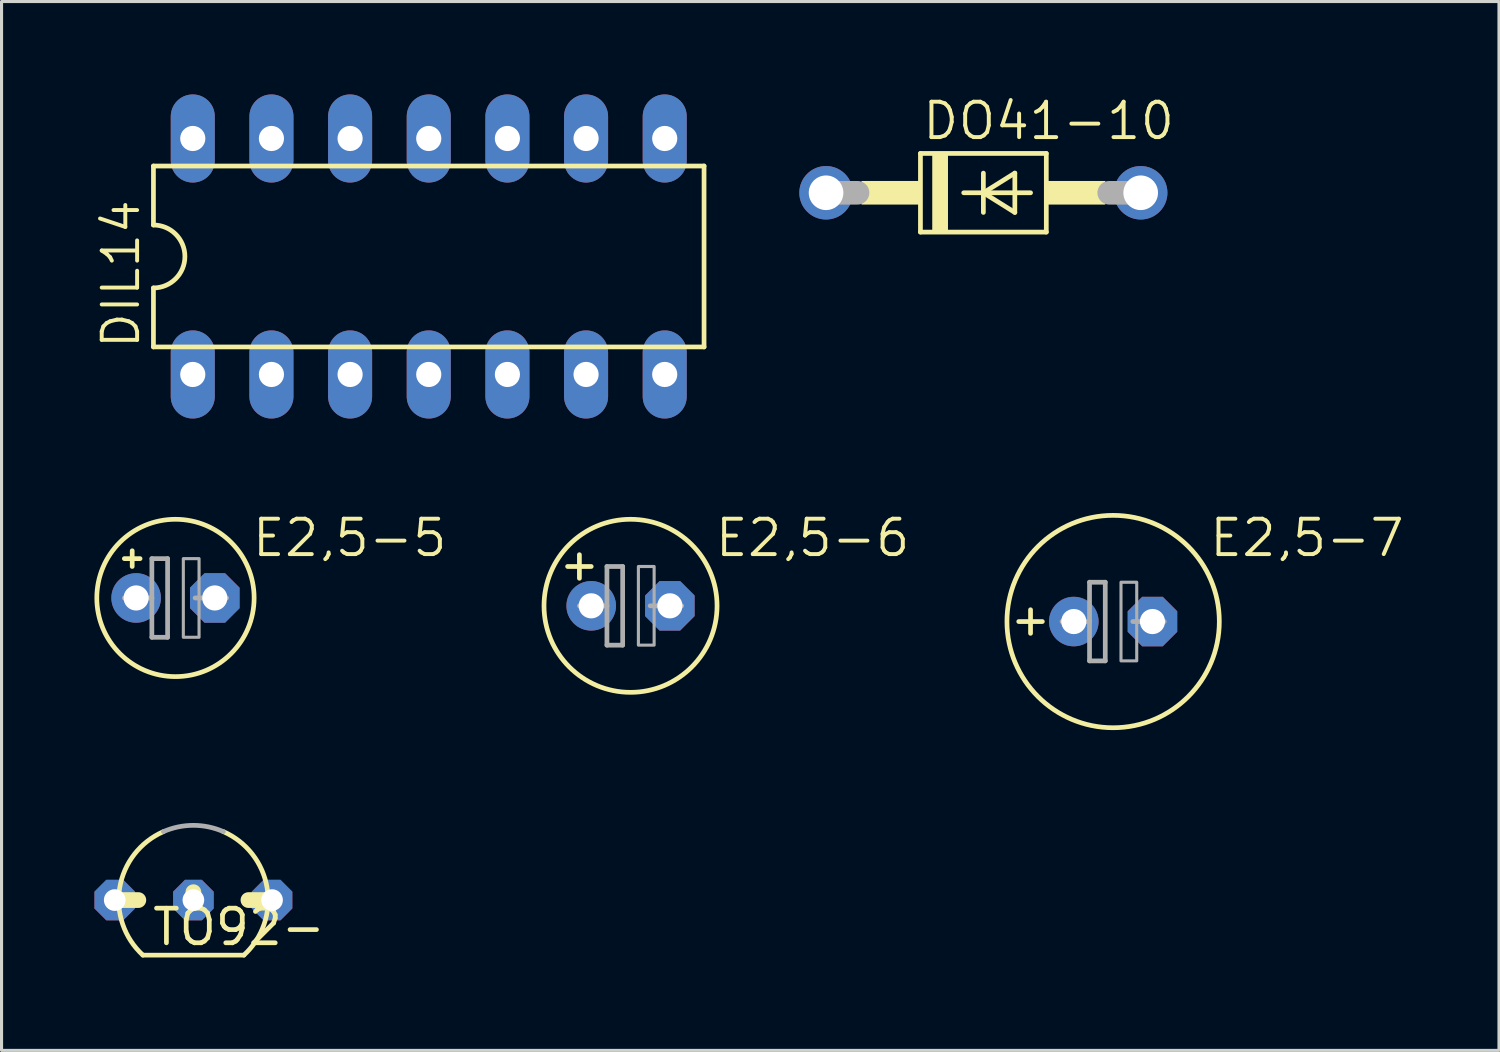
<source format=kicad_pcb>
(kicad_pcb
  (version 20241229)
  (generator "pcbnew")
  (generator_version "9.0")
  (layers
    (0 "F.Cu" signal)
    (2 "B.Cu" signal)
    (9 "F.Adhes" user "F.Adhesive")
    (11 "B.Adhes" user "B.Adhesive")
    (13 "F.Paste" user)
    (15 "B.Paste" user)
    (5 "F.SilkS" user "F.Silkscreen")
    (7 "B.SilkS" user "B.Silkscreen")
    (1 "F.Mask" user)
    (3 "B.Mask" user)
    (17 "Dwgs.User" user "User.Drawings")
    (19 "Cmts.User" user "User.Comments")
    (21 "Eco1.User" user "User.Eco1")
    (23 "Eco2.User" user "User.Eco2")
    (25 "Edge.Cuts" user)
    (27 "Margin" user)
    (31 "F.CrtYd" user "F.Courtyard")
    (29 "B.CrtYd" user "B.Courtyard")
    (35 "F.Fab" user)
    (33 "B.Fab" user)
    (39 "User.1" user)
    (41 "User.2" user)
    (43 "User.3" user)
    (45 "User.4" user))
  (footprint "E2,5-7"
    (layer "F.Cu")
    (at 32.895 17.021)
    (property "Reference" "E2,5-7" (at 3.048 -2.032 0) (layer "F.SilkS") (effects (font (size 1.143 1.143) (thickness 0.127)) (justify left bottom)))
    (fp_line (start -3.048 0) (end -2.286 0) (stroke (width 0.152) (type solid)) (layer "F.SilkS"))
    (fp_line (start -2.667 0.381) (end -2.667 -0.381) (stroke (width 0.152) (type solid)) (layer "F.SilkS"))
    (fp_circle (center 0 0) (end 3.429 0) (stroke (width 0.152) (type solid)) (fill no) (layer "F.SilkS"))
    (fp_line (start -1.651 0) (end -0.762 0) (stroke (width 0.152) (type solid)) (layer "F.Fab"))
    (fp_line (start -0.762 -1.27) (end -0.762 0) (stroke (width 0.152) (type solid)) (layer "F.Fab"))
    (fp_line (start -0.762 0) (end -0.762 1.27) (stroke (width 0.152) (type solid)) (layer "F.Fab"))
    (fp_line (start -0.762 1.27) (end -0.254 1.27) (stroke (width 0.152) (type solid)) (layer "F.Fab"))
    (fp_line (start -0.254 -1.27) (end -0.762 -1.27) (stroke (width 0.152) (type solid)) (layer "F.Fab"))
    (fp_line (start -0.254 1.27) (end -0.254 -1.27) (stroke (width 0.152) (type solid)) (layer "F.Fab"))
    (fp_line (start 0.635 0) (end 1.651 0) (stroke (width 0.152) (type solid)) (layer "F.Fab"))
    (fp_poly (pts (xy 0.254 1.27) (xy 0.762 1.27) (xy 0.762 -1.27) (xy 0.254 -1.27)) (stroke (width 0.1) (type default)) (fill no) (layer "F.Fab"))
    (pad "+" thru_hole circle (at -1.27 0) (size 1.6 1.6) (drill 0.813) (layers "*.Cu" "*.Mask"))
    (pad "-" thru_hole roundrect (at 1.27 0) (size 1.6 1.6) (drill 0.813) (layers "*.Cu" "*.Mask") (roundrect_rratio 0.25) (chamfer_ratio 0.293) (chamfer top_left top_right bottom_left bottom_right)))
  (footprint "TO92-"
    (layer "F.Cu")
    (at 3.195 26.015)
    (property "Reference" "TO92-" (at -1.397 1.524 0) (layer "F.SilkS") (effects (font (size 1.118 1.118) (thickness 0.152)) (justify left bottom)))
    (fp_line (start -2.54 0) (end -1.778 0) (stroke (width 0.508) (type solid)) (layer "F.SilkS"))
    (fp_line (start -1.631 1.778) (end 1.631 1.778) (stroke (width 0.152) (type solid)) (layer "F.SilkS"))
    (fp_line (start 0 0) (end 0 -0.254) (stroke (width 0.508) (type solid)) (layer "F.SilkS"))
    (fp_line (start 2.54 0) (end 1.778 0) (stroke (width 0.508) (type solid)) (layer "F.SilkS"))
    (fp_arc (start -1.631 1.778) (mid -2.380096 -0.395238) (end -0.968899 -2.209799) (stroke (width 0.1524) (type solid)) (layer "F.SilkS"))
    (fp_arc (start 0.9689 -2.2098) (mid 2.380097 -0.395238) (end 1.631001 1.778001) (stroke (width 0.1524) (type solid)) (layer "F.SilkS"))
    (fp_arc (start -0.9692 -2.2098) (mid 0 -2.412999) (end 0.9692 -2.2098) (stroke (width 0.1524) (type solid)) (layer "F.Fab"))
    (pad "1" thru_hole roundrect (at 2.54 0) (size 1.31 1.31) (drill 0.7) (layers "*.Cu" "*.Mask") (roundrect_rratio 0.25) (chamfer_ratio 0.293) (chamfer top_left top_right bottom_left bottom_right))
    (pad "2" thru_hole roundrect (at 0 0) (size 1.31 1.31) (drill 0.7) (layers "*.Cu" "*.Mask") (roundrect_rratio 0.25) (chamfer_ratio 0.293) (chamfer top_left top_right bottom_left bottom_right))
    (pad "3" thru_hole roundrect (at -2.54 0) (size 1.31 1.31) (drill 0.7) (layers "*.Cu" "*.Mask") (roundrect_rratio 0.25) (chamfer_ratio 0.293) (chamfer top_left top_right bottom_left bottom_right)))
  (footprint "E2,5-6"
    (layer "F.Cu")
    (at 17.311 16.513)
    (property "Reference" "E2,5-6" (at 2.667 -1.524 0) (layer "F.SilkS") (effects (font (size 1.143 1.143) (thickness 0.127)) (justify left bottom)))
    (fp_line (start -2.032 -1.27) (end -1.651 -1.27) (stroke (width 0.152) (type solid)) (layer "F.SilkS"))
    (fp_line (start -1.651 -1.27) (end -1.651 -1.651) (stroke (width 0.152) (type solid)) (layer "F.SilkS"))
    (fp_line (start -1.651 -1.27) (end -1.27 -1.27) (stroke (width 0.152) (type solid)) (layer "F.SilkS"))
    (fp_line (start -1.651 -0.889) (end -1.651 -1.27) (stroke (width 0.152) (type solid)) (layer "F.SilkS"))
    (fp_circle (center 0 0) (end 2.794 0) (stroke (width 0.152) (type solid)) (fill no) (layer "F.SilkS"))
    (fp_line (start -1.651 0) (end -0.762 0) (stroke (width 0.152) (type solid)) (layer "F.Fab"))
    (fp_line (start -0.762 -1.27) (end -0.762 0) (stroke (width 0.152) (type solid)) (layer "F.Fab"))
    (fp_line (start -0.762 0) (end -0.762 1.27) (stroke (width 0.152) (type solid)) (layer "F.Fab"))
    (fp_line (start -0.762 1.27) (end -0.254 1.27) (stroke (width 0.152) (type solid)) (layer "F.Fab"))
    (fp_line (start -0.254 -1.27) (end -0.762 -1.27) (stroke (width 0.152) (type solid)) (layer "F.Fab"))
    (fp_line (start -0.254 1.27) (end -0.254 -1.27) (stroke (width 0.152) (type solid)) (layer "F.Fab"))
    (fp_line (start 0.635 0) (end 1.651 0) (stroke (width 0.152) (type solid)) (layer "F.Fab"))
    (fp_poly (pts (xy 0.254 1.27) (xy 0.762 1.27) (xy 0.762 -1.27) (xy 0.254 -1.27)) (stroke (width 0.1) (type default)) (fill no) (layer "F.Fab"))
    (pad "+" thru_hole circle (at -1.27 0) (size 1.6 1.6) (drill 0.813) (layers "*.Cu" "*.Mask"))
    (pad "-" thru_hole roundrect (at 1.27 0) (size 1.6 1.6) (drill 0.813) (layers "*.Cu" "*.Mask") (roundrect_rratio 0.25) (chamfer_ratio 0.293) (chamfer top_left top_right bottom_left bottom_right)))
  (footprint "DO41-10"
    (layer "F.Cu")
    (at 28.705 3.175)
    (property "Reference" "DO41-10" (at -2.032 -1.651 0) (layer "F.SilkS") (effects (font (size 1.143 1.143) (thickness 0.127)) (justify left bottom)))
    (fp_line (start -2.032 -1.27) (end -2.032 1.27) (stroke (width 0.152) (type solid)) (layer "F.SilkS"))
    (fp_line (start -2.032 -1.27) (end 2.032 -1.27) (stroke (width 0.152) (type solid)) (layer "F.SilkS"))
    (fp_line (start -0.635 0) (end 0 0) (stroke (width 0.152) (type solid)) (layer "F.SilkS"))
    (fp_line (start 0 -0.635) (end 0 0) (stroke (width 0.152) (type solid)) (layer "F.SilkS"))
    (fp_line (start 0 0) (end 0 0.635) (stroke (width 0.152) (type solid)) (layer "F.SilkS"))
    (fp_line (start 0 0) (end 1.016 -0.635) (stroke (width 0.152) (type solid)) (layer "F.SilkS"))
    (fp_line (start 0 0) (end 1.524 0) (stroke (width 0.152) (type solid)) (layer "F.SilkS"))
    (fp_line (start 1.016 -0.635) (end 1.016 0.635) (stroke (width 0.152) (type solid)) (layer "F.SilkS"))
    (fp_line (start 1.016 0.635) (end 0 0) (stroke (width 0.152) (type solid)) (layer "F.SilkS"))
    (fp_line (start 2.032 1.27) (end -2.032 1.27) (stroke (width 0.152) (type solid)) (layer "F.SilkS"))
    (fp_line (start 2.032 1.27) (end 2.032 -1.27) (stroke (width 0.152) (type solid)) (layer "F.SilkS"))
    (fp_poly (pts (xy -3.937 0.381) (xy -2.032 0.381) (xy -2.032 -0.381) (xy -3.937 -0.381)) (stroke (width 0) (type default)) (fill yes) (layer "F.SilkS"))
    (fp_poly (pts (xy -1.651 1.27) (xy -1.143 1.27) (xy -1.143 -1.27) (xy -1.651 -1.27)) (stroke (width 0) (type default)) (fill yes) (layer "F.SilkS"))
    (fp_poly (pts (xy 2.032 0.381) (xy 3.937 0.381) (xy 3.937 -0.381) (xy 2.032 -0.381)) (stroke (width 0) (type default)) (fill yes) (layer "F.SilkS"))
    (fp_line (start -5.08 0) (end -4.064 0) (stroke (width 0.762) (type solid)) (layer "F.Fab"))
    (fp_line (start 5.08 0) (end 4.064 0) (stroke (width 0.762) (type solid)) (layer "F.Fab"))
    (pad "A" thru_hole circle (at 5.08 0) (size 1.727 1.727) (drill 1.118) (layers "*.Cu" "*.Mask"))
    (pad "C" thru_hole circle (at -5.08 0) (size 1.727 1.727) (drill 1.118) (layers "*.Cu" "*.Mask")))
  (footprint "DIL14"
    (layer "F.Cu")
    (at 10.795 5.232)
    (property "Reference" "DIL14" (at -9.271 3.048 90) (layer "F.SilkS") (effects (font (size 1.143 1.143) (thickness 0.127)) (justify left bottom)))
    (fp_line (start -8.89 -2.921) (end -8.89 -1.016) (stroke (width 0.152) (type solid)) (layer "F.SilkS"))
    (fp_line (start -8.89 2.921) (end -8.89 1.016) (stroke (width 0.152) (type solid)) (layer "F.SilkS"))
    (fp_line (start -8.89 2.921) (end 8.89 2.921) (stroke (width 0.152) (type solid)) (layer "F.SilkS"))
    (fp_line (start 8.89 -2.921) (end -8.89 -2.921) (stroke (width 0.152) (type solid)) (layer "F.SilkS"))
    (fp_line (start 8.89 -2.921) (end 8.89 2.921) (stroke (width 0.152) (type solid)) (layer "F.SilkS"))
    (fp_arc (start -8.89 -1.016) (mid -7.874 0) (end -8.89 1.016) (stroke (width 0.1524) (type solid)) (layer "F.SilkS"))
    (pad "1" thru_hole oval (at -7.62 3.81 90) (size 2.845 1.422) (drill 0.813) (layers "*.Cu" "*.Mask"))
    (pad "2" thru_hole oval (at -5.08 3.81 90) (size 2.845 1.422) (drill 0.813) (layers "*.Cu" "*.Mask"))
    (pad "3" thru_hole oval (at -2.54 3.81 90) (size 2.845 1.422) (drill 0.813) (layers "*.Cu" "*.Mask"))
    (pad "4" thru_hole oval (at 0 3.81 90) (size 2.845 1.422) (drill 0.813) (layers "*.Cu" "*.Mask"))
    (pad "5" thru_hole oval (at 2.54 3.81 90) (size 2.845 1.422) (drill 0.813) (layers "*.Cu" "*.Mask"))
    (pad "6" thru_hole oval (at 5.08 3.81 90) (size 2.845 1.422) (drill 0.813) (layers "*.Cu" "*.Mask"))
    (pad "7" thru_hole oval (at 7.62 3.81 90) (size 2.845 1.422) (drill 0.813) (layers "*.Cu" "*.Mask"))
    (pad "8" thru_hole oval (at 7.62 -3.81 90) (size 2.845 1.422) (drill 0.813) (layers "*.Cu" "*.Mask"))
    (pad "9" thru_hole oval (at 5.08 -3.81 90) (size 2.845 1.422) (drill 0.813) (layers "*.Cu" "*.Mask"))
    (pad "10" thru_hole oval (at 2.54 -3.81 90) (size 2.845 1.422) (drill 0.813) (layers "*.Cu" "*.Mask"))
    (pad "11" thru_hole oval (at 0 -3.81 90) (size 2.845 1.422) (drill 0.813) (layers "*.Cu" "*.Mask"))
    (pad "12" thru_hole oval (at -2.54 -3.81 90) (size 2.845 1.422) (drill 0.813) (layers "*.Cu" "*.Mask"))
    (pad "13" thru_hole oval (at -5.08 -3.81 90) (size 2.845 1.422) (drill 0.813) (layers "*.Cu" "*.Mask"))
    (pad "14" thru_hole oval (at -7.62 -3.81 90) (size 2.845 1.422) (drill 0.813) (layers "*.Cu" "*.Mask")))
  (footprint "E2,5-5"
    (layer "F.Cu")
    (at 2.616 16.259)
    (property "Reference" "E2,5-5" (at 2.413 -1.27 0) (layer "F.SilkS") (effects (font (size 1.143 1.143) (thickness 0.127)) (justify left bottom)))
    (fp_line (start -1.651 -1.27) (end -1.397 -1.27) (stroke (width 0.152) (type solid)) (layer "F.SilkS"))
    (fp_line (start -1.397 -1.27) (end -1.397 -1.524) (stroke (width 0.152) (type solid)) (layer "F.SilkS"))
    (fp_line (start -1.397 -1.27) (end -1.143 -1.27) (stroke (width 0.152) (type solid)) (layer "F.SilkS"))
    (fp_line (start -1.397 -1.016) (end -1.397 -1.27) (stroke (width 0.152) (type solid)) (layer "F.SilkS"))
    (fp_circle (center 0 0) (end 2.54 0) (stroke (width 0.152) (type solid)) (fill no) (layer "F.SilkS"))
    (fp_line (start -1.651 0) (end -0.762 0) (stroke (width 0.152) (type solid)) (layer "F.Fab"))
    (fp_line (start -0.762 -1.27) (end -0.762 0) (stroke (width 0.152) (type solid)) (layer "F.Fab"))
    (fp_line (start -0.762 0) (end -0.762 1.27) (stroke (width 0.152) (type solid)) (layer "F.Fab"))
    (fp_line (start -0.762 1.27) (end -0.254 1.27) (stroke (width 0.152) (type solid)) (layer "F.Fab"))
    (fp_line (start -0.254 -1.27) (end -0.762 -1.27) (stroke (width 0.152) (type solid)) (layer "F.Fab"))
    (fp_line (start -0.254 1.27) (end -0.254 -1.27) (stroke (width 0.152) (type solid)) (layer "F.Fab"))
    (fp_line (start 0.635 0) (end 1.651 0) (stroke (width 0.152) (type solid)) (layer "F.Fab"))
    (fp_poly (pts (xy 0.254 1.27) (xy 0.762 1.27) (xy 0.762 -1.27) (xy 0.254 -1.27)) (stroke (width 0.1) (type default)) (fill no) (layer "F.Fab"))
    (pad "+" thru_hole circle (at -1.27 0) (size 1.6 1.6) (drill 0.813) (layers "*.Cu" "*.Mask"))
    (pad "-" thru_hole roundrect (at 1.27 0) (size 1.6 1.6) (drill 0.813) (layers "*.Cu" "*.Mask") (roundrect_rratio 0.25) (chamfer_ratio 0.293) (chamfer top_left top_right bottom_left bottom_right)))
  (gr_rect
    (start -3 -3)
    (end 45.355 30.869)
    (stroke (width 0.1) (type default))
    (fill no)
    (layer "Edge.Cuts")))
</source>
